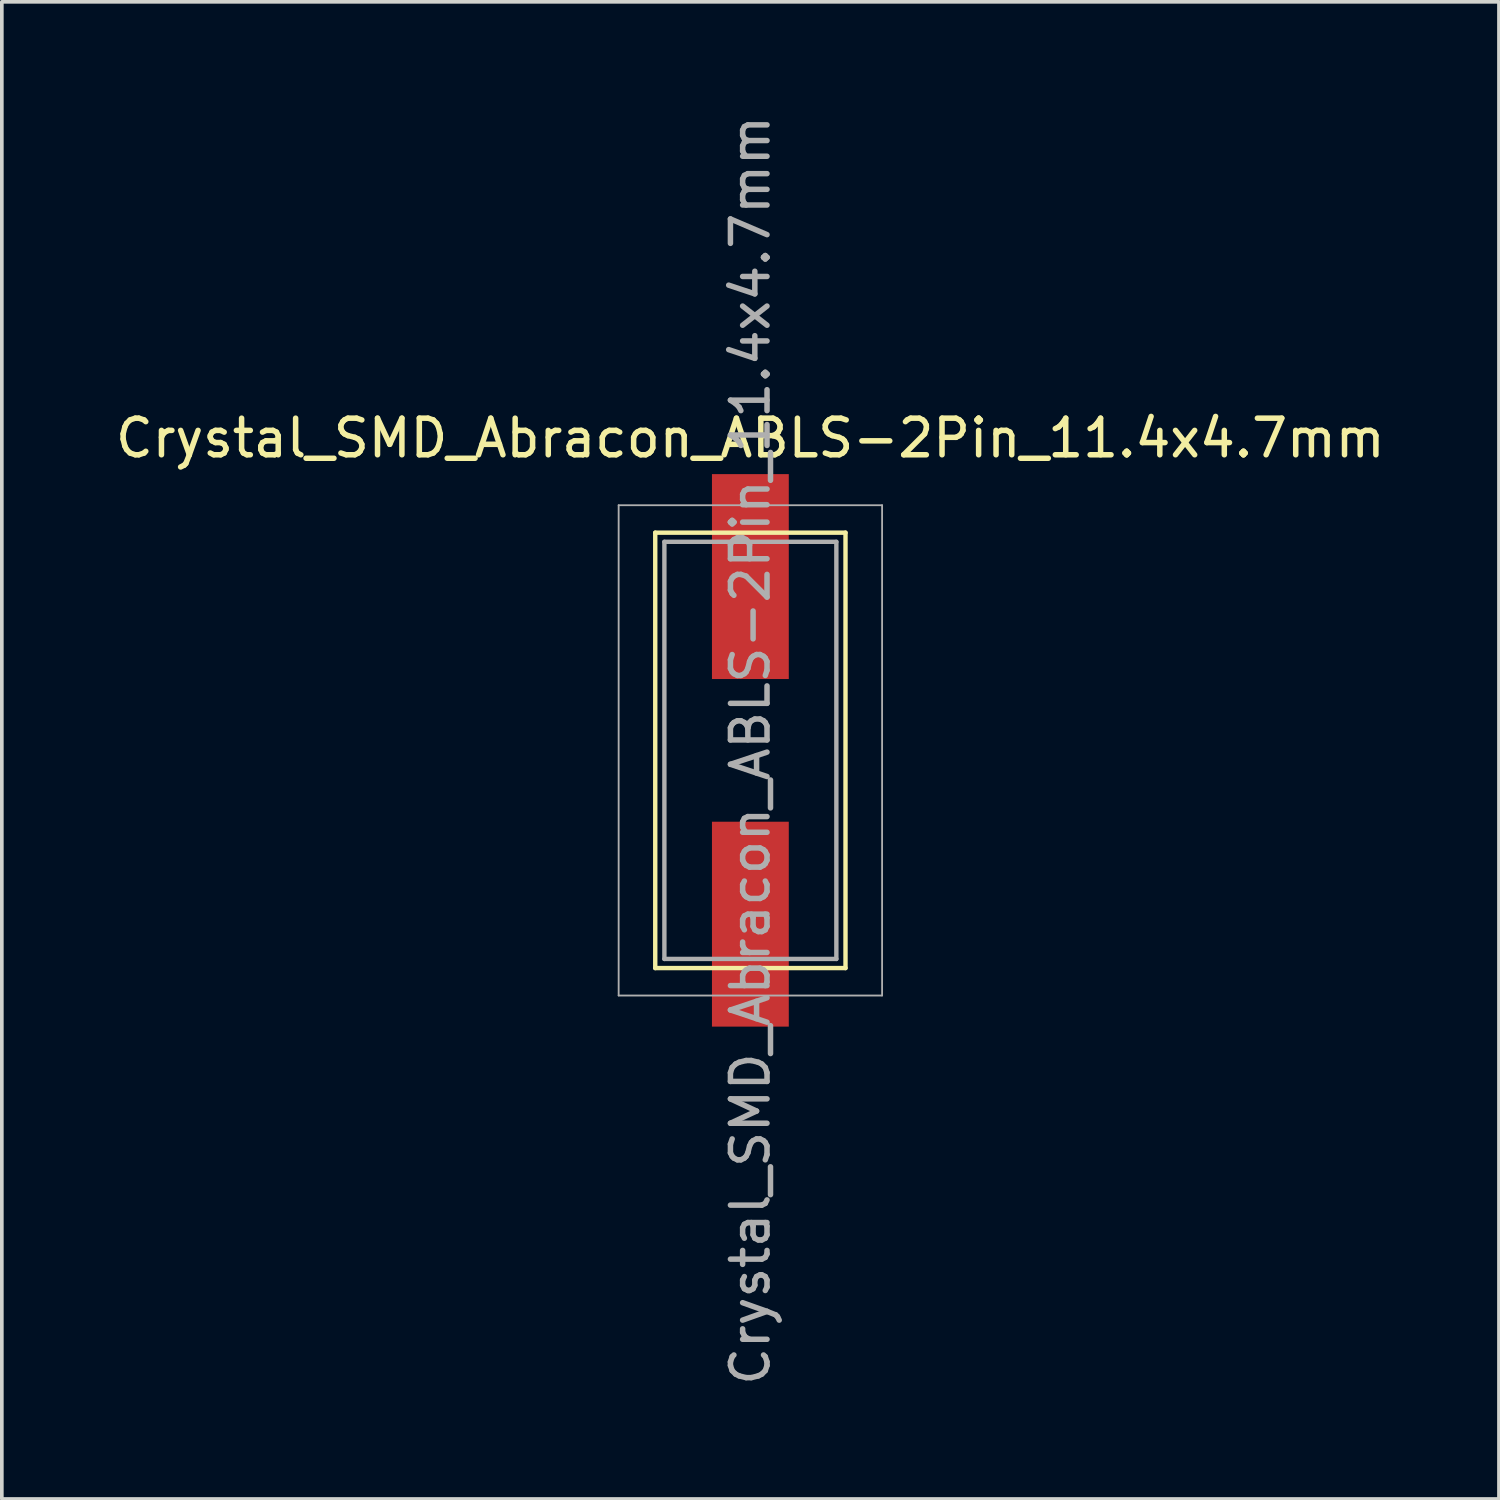
<source format=kicad_pcb>
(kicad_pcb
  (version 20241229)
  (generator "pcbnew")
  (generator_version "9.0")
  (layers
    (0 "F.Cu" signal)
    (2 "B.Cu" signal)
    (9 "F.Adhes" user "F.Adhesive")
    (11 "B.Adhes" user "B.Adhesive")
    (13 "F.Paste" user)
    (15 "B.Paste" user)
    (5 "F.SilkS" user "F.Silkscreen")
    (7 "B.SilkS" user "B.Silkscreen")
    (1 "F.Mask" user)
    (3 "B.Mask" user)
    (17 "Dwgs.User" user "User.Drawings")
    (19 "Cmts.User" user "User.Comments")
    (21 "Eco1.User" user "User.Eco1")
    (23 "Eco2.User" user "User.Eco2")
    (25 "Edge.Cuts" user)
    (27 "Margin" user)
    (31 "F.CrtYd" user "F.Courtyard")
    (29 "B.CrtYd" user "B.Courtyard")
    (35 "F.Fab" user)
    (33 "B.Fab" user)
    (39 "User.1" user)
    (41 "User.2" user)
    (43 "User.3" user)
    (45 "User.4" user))
  (footprint "Crystal_SMD_Abracon_ABLS-2Pin_11.4x4.7mm"
    (layer "F.Cu")
    (at 17.458 17.458)
    (property "Reference" "Crystal_SMD_Abracon_ABLS-2Pin_11.4x4.7mm" (at 0 -8.534 0) (layer "F.SilkS") (effects (font (size 1 1) (thickness 0.15))))
    (attr through_hole)
    (fp_line (start -2.6 5.95) (end -2.6 -5.95) (stroke (width 0.12) (type solid)) (layer "F.SilkS"))
    (fp_line (start 2.6 -5.95) (end -2.6 -5.95) (stroke (width 0.12) (type solid)) (layer "F.SilkS"))
    (fp_line (start 2.6 -5.95) (end 2.6 5.95) (stroke (width 0.12) (type solid)) (layer "F.SilkS"))
    (fp_line (start 2.6 5.95) (end -2.6 5.95) (stroke (width 0.12) (type solid)) (layer "F.SilkS"))
    (fp_line (start -3.6 -6.7) (end 3.6 -6.7) (stroke (width 0.05) (type solid)) (layer "F.Fab"))
    (fp_line (start -3.6 6.7) (end -3.6 -6.7) (stroke (width 0.05) (type solid)) (layer "F.Fab"))
    (fp_line (start -2.35 -5.7) (end -2.35 5.7) (stroke (width 0.12) (type solid)) (layer "F.Fab"))
    (fp_line (start -2.35 5.7) (end 2.35 5.7) (stroke (width 0.12) (type solid)) (layer "F.Fab"))
    (fp_line (start 2.35 -5.7) (end -2.35 -5.7) (stroke (width 0.12) (type solid)) (layer "F.Fab"))
    (fp_line (start 2.35 5.7) (end 2.35 -5.7) (stroke (width 0.12) (type solid)) (layer "F.Fab"))
    (fp_line (start 3.6 -6.7) (end 3.6 6.7) (stroke (width 0.05) (type solid)) (layer "F.Fab"))
    (fp_line (start 3.6 6.7) (end -3.6 6.7) (stroke (width 0.05) (type solid)) (layer "F.Fab"))
    (fp_text user "${REFERENCE}" (at 0 0 90) (layer "F.Fab") (effects (font (size 1 1) (thickness 0.15))))
    (pad "1" smd rect (at 0 -4.75) (size 2.1 5.6) (layers "F.Cu" "F.Mask" "F.Paste"))
    (pad "1" smd rect (at 0 4.75) (size 2.1 5.6) (layers "F.Cu" "F.Mask" "F.Paste")))
  (gr_rect
    (start -3 -3)
    (end 37.917 37.917)
    (stroke (width 0.1) (type default))
    (fill no)
    (layer "Edge.Cuts")))
</source>
